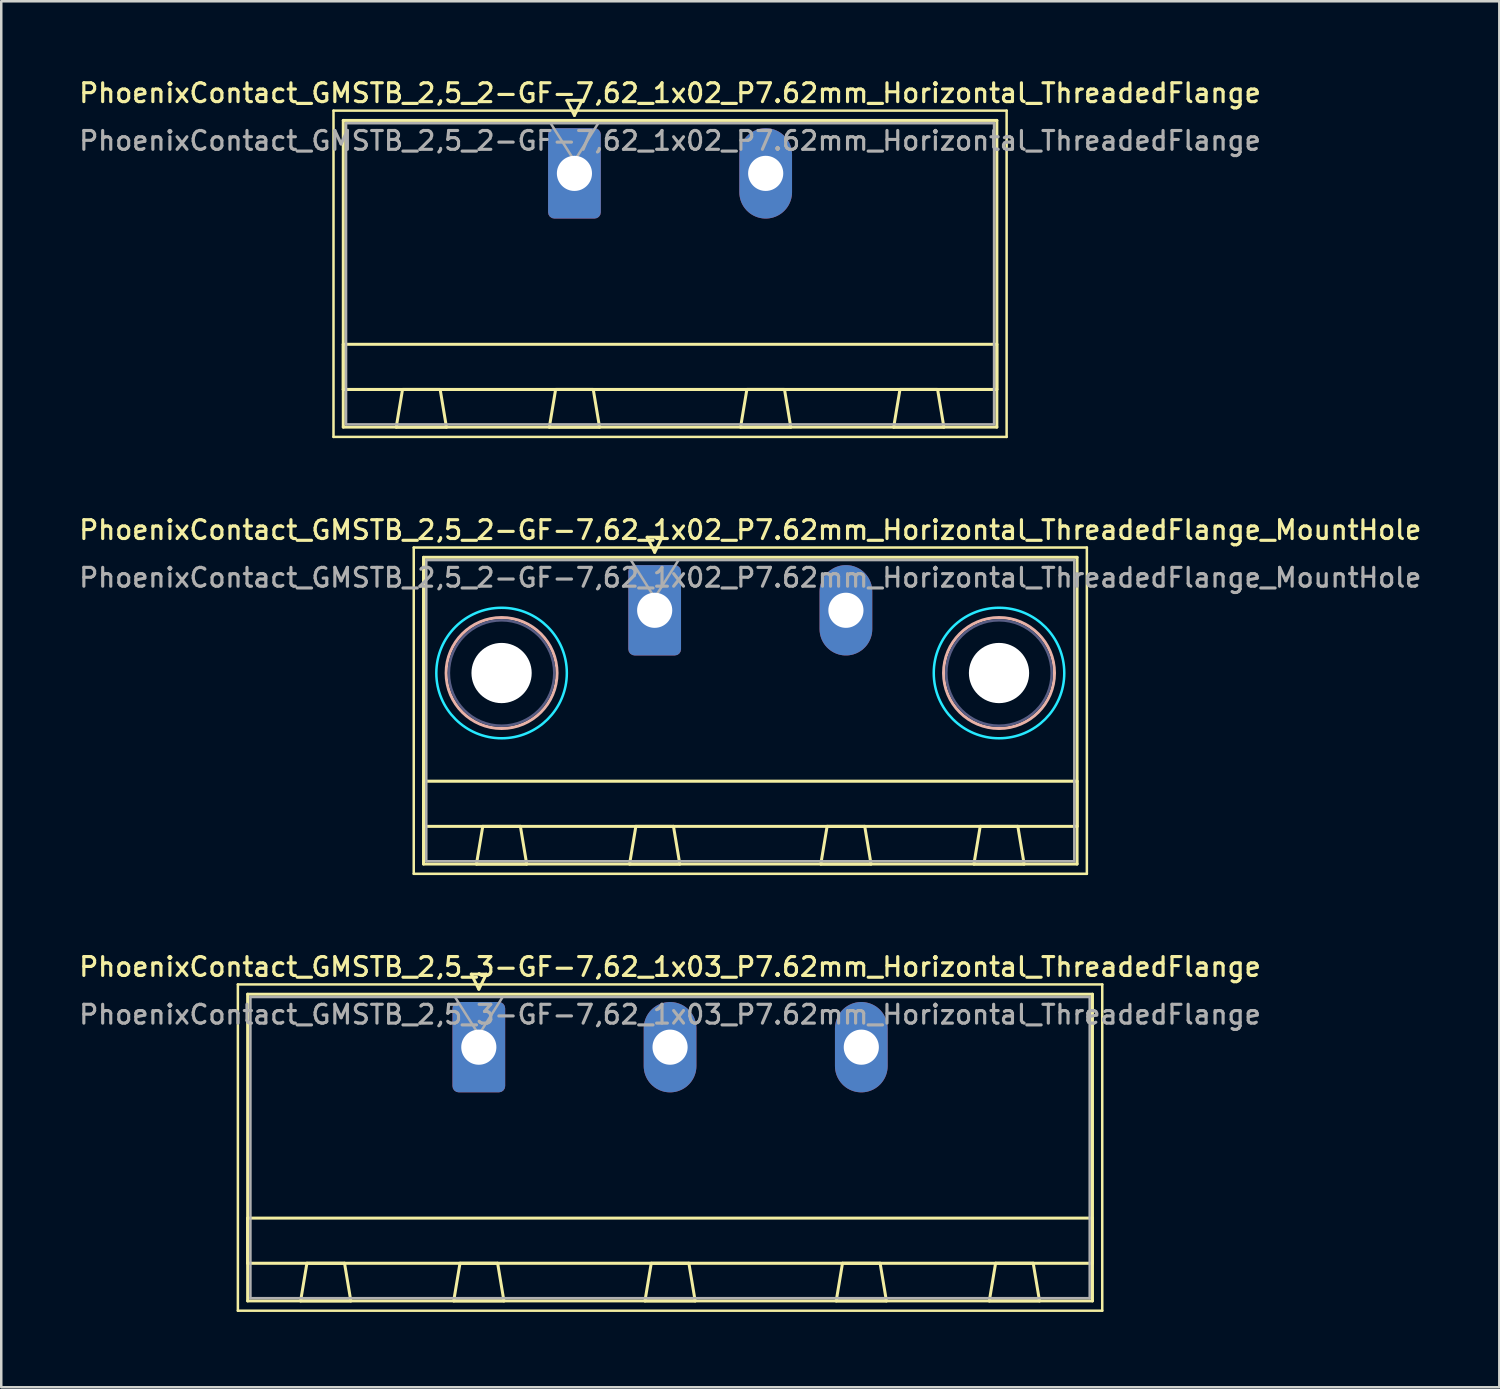
<source format=kicad_pcb>
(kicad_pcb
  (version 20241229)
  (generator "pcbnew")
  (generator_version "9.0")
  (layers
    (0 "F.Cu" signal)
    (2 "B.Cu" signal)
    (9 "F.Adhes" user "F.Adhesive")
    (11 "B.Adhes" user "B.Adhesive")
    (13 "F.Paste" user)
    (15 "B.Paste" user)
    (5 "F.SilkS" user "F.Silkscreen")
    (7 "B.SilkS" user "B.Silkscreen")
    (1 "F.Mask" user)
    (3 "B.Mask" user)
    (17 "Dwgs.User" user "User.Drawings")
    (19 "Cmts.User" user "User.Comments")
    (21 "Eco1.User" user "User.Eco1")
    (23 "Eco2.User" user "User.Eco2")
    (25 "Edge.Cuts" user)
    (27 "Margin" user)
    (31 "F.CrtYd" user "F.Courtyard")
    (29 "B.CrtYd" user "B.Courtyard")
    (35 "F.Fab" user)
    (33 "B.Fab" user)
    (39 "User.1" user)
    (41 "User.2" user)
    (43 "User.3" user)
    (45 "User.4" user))
  (footprint "PhoenixContact_GMSTB_2,5_2-GF-7,62_1x02_P7.62mm_Horizontal_ThreadedFlange_MountHole"
    (layer "F.Cu")
    (at 23.035 21.266)
    (property "Reference" "PhoenixContact_GMSTB_2,5_2-GF-7,62_1x02_P7.62mm_Horizontal_ThreadedFlange_MountHole" (at 3.81 -3.2 0) (layer "F.SilkS") (effects (font (size 0.75 0.75) (thickness 0.125))))
    (attr through_hole)
    (fp_line (start -9.6 -2.5) (end -9.6 10.5) (stroke (width 0.1) (type solid)) (layer "F.SilkS"))
    (fp_line (start -9.6 10.5) (end 17.22 10.5) (stroke (width 0.1) (type solid)) (layer "F.SilkS"))
    (fp_line (start -9.21 -2.11) (end -9.21 10.11) (stroke (width 0.12) (type solid)) (layer "F.SilkS"))
    (fp_line (start -9.21 6.81) (end 16.83 6.81) (stroke (width 0.12) (type solid)) (layer "F.SilkS"))
    (fp_line (start -9.21 8.61) (end -9.21 6.81) (stroke (width 0.12) (type solid)) (layer "F.SilkS"))
    (fp_line (start -9.21 10.11) (end 16.83 10.11) (stroke (width 0.12) (type solid)) (layer "F.SilkS"))
    (fp_line (start -7.1 10.11) (end -5.1 10.11) (stroke (width 0.12) (type solid)) (layer "F.SilkS"))
    (fp_line (start -6.85 8.61) (end -7.1 10.11) (stroke (width 0.12) (type solid)) (layer "F.SilkS"))
    (fp_line (start -5.35 8.61) (end -6.85 8.61) (stroke (width 0.12) (type solid)) (layer "F.SilkS"))
    (fp_line (start -5.1 10.11) (end -5.35 8.61) (stroke (width 0.12) (type solid)) (layer "F.SilkS"))
    (fp_line (start -1 10.11) (end 1 10.11) (stroke (width 0.12) (type solid)) (layer "F.SilkS"))
    (fp_line (start -0.75 8.61) (end -1 10.11) (stroke (width 0.12) (type solid)) (layer "F.SilkS"))
    (fp_line (start -0.3 -2.91) (end 0.3 -2.91) (stroke (width 0.12) (type solid)) (layer "F.SilkS"))
    (fp_line (start 0 -2.31) (end -0.3 -2.91) (stroke (width 0.12) (type solid)) (layer "F.SilkS"))
    (fp_line (start 0.3 -2.91) (end 0 -2.31) (stroke (width 0.12) (type solid)) (layer "F.SilkS"))
    (fp_line (start 0.75 8.61) (end -0.75 8.61) (stroke (width 0.12) (type solid)) (layer "F.SilkS"))
    (fp_line (start 1 10.11) (end 0.75 8.61) (stroke (width 0.12) (type solid)) (layer "F.SilkS"))
    (fp_line (start 6.62 10.11) (end 8.62 10.11) (stroke (width 0.12) (type solid)) (layer "F.SilkS"))
    (fp_line (start 6.87 8.61) (end 6.62 10.11) (stroke (width 0.12) (type solid)) (layer "F.SilkS"))
    (fp_line (start 8.37 8.61) (end 6.87 8.61) (stroke (width 0.12) (type solid)) (layer "F.SilkS"))
    (fp_line (start 8.62 10.11) (end 8.37 8.61) (stroke (width 0.12) (type solid)) (layer "F.SilkS"))
    (fp_line (start 12.72 10.11) (end 14.72 10.11) (stroke (width 0.12) (type solid)) (layer "F.SilkS"))
    (fp_line (start 12.97 8.61) (end 12.72 10.11) (stroke (width 0.12) (type solid)) (layer "F.SilkS"))
    (fp_line (start 14.47 8.61) (end 12.97 8.61) (stroke (width 0.12) (type solid)) (layer "F.SilkS"))
    (fp_line (start 14.72 10.11) (end 14.47 8.61) (stroke (width 0.12) (type solid)) (layer "F.SilkS"))
    (fp_line (start 16.83 -2.11) (end -9.21 -2.11) (stroke (width 0.12) (type solid)) (layer "F.SilkS"))
    (fp_line (start 16.83 6.81) (end 16.83 8.61) (stroke (width 0.12) (type solid)) (layer "F.SilkS"))
    (fp_line (start 16.83 8.61) (end -9.21 8.61) (stroke (width 0.12) (type solid)) (layer "F.SilkS"))
    (fp_line (start 16.83 10.11) (end 16.83 -2.11) (stroke (width 0.12) (type solid)) (layer "F.SilkS"))
    (fp_line (start 17.22 -2.5) (end -9.6 -2.5) (stroke (width 0.1) (type solid)) (layer "F.SilkS"))
    (fp_line (start 17.22 10.5) (end 17.22 -2.5) (stroke (width 0.1) (type solid)) (layer "F.SilkS"))
    (fp_circle (center -6.1 2.5) (end -3.89 2.5) (stroke (width 0.12) (type solid)) (fill no) (layer "B.SilkS"))
    (fp_circle (center 13.72 2.5) (end 15.93 2.5) (stroke (width 0.12) (type solid)) (fill no) (layer "B.SilkS"))
    (fp_circle (center -6.1 2.5) (end -3.5 2.5) (stroke (width 0.1) (type solid)) (fill no) (layer "B.CrtYd"))
    (fp_circle (center 13.72 2.5) (end 16.32 2.5) (stroke (width 0.1) (type solid)) (fill no) (layer "B.CrtYd"))
    (fp_circle (center -6.1 2.5) (end -4 2.5) (stroke (width 0.1) (type solid)) (fill no) (layer "B.Fab"))
    (fp_circle (center 13.72 2.5) (end 15.82 2.5) (stroke (width 0.1) (type solid)) (fill no) (layer "B.Fab"))
    (fp_line (start -9.1 -2) (end -9.1 10) (stroke (width 0.1) (type solid)) (layer "F.Fab"))
    (fp_line (start -9.1 10) (end 16.72 10) (stroke (width 0.1) (type solid)) (layer "F.Fab"))
    (fp_line (start 0 -0.5) (end -0.95 -2) (stroke (width 0.1) (type solid)) (layer "F.Fab"))
    (fp_line (start 0.95 -2) (end 0 -0.5) (stroke (width 0.1) (type solid)) (layer "F.Fab"))
    (fp_line (start 16.72 -2) (end -9.1 -2) (stroke (width 0.1) (type solid)) (layer "F.Fab"))
    (fp_line (start 16.72 10) (end 16.72 -2) (stroke (width 0.1) (type solid)) (layer "F.Fab"))
    (fp_text user "${REFERENCE}" (at 3.81 -1.3 0) (layer "F.Fab") (effects (font (size 0.75 0.75) (thickness 0.125))))
    (pad "" np_thru_hole circle (at -6.1 2.5) (size 2.4 2.4) (drill 2.4) (layers "*.Cu" "*.Mask"))
    (pad "" np_thru_hole circle (at 13.72 2.5) (size 2.4 2.4) (drill 2.4) (layers "*.Cu" "*.Mask"))
    (pad "1" thru_hole roundrect (at 0 0) (size 2.1 3.6) (drill 1.4) (layers "*.Cu" "*.Mask") (roundrect_rratio 0.119))
    (pad "2" thru_hole oval (at 7.62 0) (size 2.1 3.6) (drill 1.4) (layers "*.Cu" "*.Mask")))
  (footprint "PhoenixContact_GMSTB_2,5_3-GF-7,62_1x03_P7.62mm_Horizontal_ThreadedFlange"
    (layer "F.Cu")
    (at 16.028 38.674)
    (property "Reference" "PhoenixContact_GMSTB_2,5_3-GF-7,62_1x03_P7.62mm_Horizontal_ThreadedFlange" (at 7.62 -3.2 0) (layer "F.SilkS") (effects (font (size 0.75 0.75) (thickness 0.125))))
    (attr through_hole)
    (fp_line (start -9.6 -2.5) (end -9.6 10.5) (stroke (width 0.1) (type solid)) (layer "F.SilkS"))
    (fp_line (start -9.6 10.5) (end 24.84 10.5) (stroke (width 0.1) (type solid)) (layer "F.SilkS"))
    (fp_line (start -9.21 -2.11) (end -9.21 10.11) (stroke (width 0.12) (type solid)) (layer "F.SilkS"))
    (fp_line (start -9.21 6.81) (end 24.45 6.81) (stroke (width 0.12) (type solid)) (layer "F.SilkS"))
    (fp_line (start -9.21 8.61) (end -9.21 6.81) (stroke (width 0.12) (type solid)) (layer "F.SilkS"))
    (fp_line (start -9.21 10.11) (end 24.45 10.11) (stroke (width 0.12) (type solid)) (layer "F.SilkS"))
    (fp_line (start -7.1 10.11) (end -5.1 10.11) (stroke (width 0.12) (type solid)) (layer "F.SilkS"))
    (fp_line (start -6.85 8.61) (end -7.1 10.11) (stroke (width 0.12) (type solid)) (layer "F.SilkS"))
    (fp_line (start -5.35 8.61) (end -6.85 8.61) (stroke (width 0.12) (type solid)) (layer "F.SilkS"))
    (fp_line (start -5.1 10.11) (end -5.35 8.61) (stroke (width 0.12) (type solid)) (layer "F.SilkS"))
    (fp_line (start -1 10.11) (end 1 10.11) (stroke (width 0.12) (type solid)) (layer "F.SilkS"))
    (fp_line (start -0.75 8.61) (end -1 10.11) (stroke (width 0.12) (type solid)) (layer "F.SilkS"))
    (fp_line (start -0.3 -2.91) (end 0.3 -2.91) (stroke (width 0.12) (type solid)) (layer "F.SilkS"))
    (fp_line (start 0 -2.31) (end -0.3 -2.91) (stroke (width 0.12) (type solid)) (layer "F.SilkS"))
    (fp_line (start 0.3 -2.91) (end 0 -2.31) (stroke (width 0.12) (type solid)) (layer "F.SilkS"))
    (fp_line (start 0.75 8.61) (end -0.75 8.61) (stroke (width 0.12) (type solid)) (layer "F.SilkS"))
    (fp_line (start 1 10.11) (end 0.75 8.61) (stroke (width 0.12) (type solid)) (layer "F.SilkS"))
    (fp_line (start 6.62 10.11) (end 8.62 10.11) (stroke (width 0.12) (type solid)) (layer "F.SilkS"))
    (fp_line (start 6.87 8.61) (end 6.62 10.11) (stroke (width 0.12) (type solid)) (layer "F.SilkS"))
    (fp_line (start 8.37 8.61) (end 6.87 8.61) (stroke (width 0.12) (type solid)) (layer "F.SilkS"))
    (fp_line (start 8.62 10.11) (end 8.37 8.61) (stroke (width 0.12) (type solid)) (layer "F.SilkS"))
    (fp_line (start 14.24 10.11) (end 16.24 10.11) (stroke (width 0.12) (type solid)) (layer "F.SilkS"))
    (fp_line (start 14.49 8.61) (end 14.24 10.11) (stroke (width 0.12) (type solid)) (layer "F.SilkS"))
    (fp_line (start 15.99 8.61) (end 14.49 8.61) (stroke (width 0.12) (type solid)) (layer "F.SilkS"))
    (fp_line (start 16.24 10.11) (end 15.99 8.61) (stroke (width 0.12) (type solid)) (layer "F.SilkS"))
    (fp_line (start 20.34 10.11) (end 22.34 10.11) (stroke (width 0.12) (type solid)) (layer "F.SilkS"))
    (fp_line (start 20.59 8.61) (end 20.34 10.11) (stroke (width 0.12) (type solid)) (layer "F.SilkS"))
    (fp_line (start 22.09 8.61) (end 20.59 8.61) (stroke (width 0.12) (type solid)) (layer "F.SilkS"))
    (fp_line (start 22.34 10.11) (end 22.09 8.61) (stroke (width 0.12) (type solid)) (layer "F.SilkS"))
    (fp_line (start 24.45 -2.11) (end -9.21 -2.11) (stroke (width 0.12) (type solid)) (layer "F.SilkS"))
    (fp_line (start 24.45 6.81) (end 24.45 8.61) (stroke (width 0.12) (type solid)) (layer "F.SilkS"))
    (fp_line (start 24.45 8.61) (end -9.21 8.61) (stroke (width 0.12) (type solid)) (layer "F.SilkS"))
    (fp_line (start 24.45 10.11) (end 24.45 -2.11) (stroke (width 0.12) (type solid)) (layer "F.SilkS"))
    (fp_line (start 24.84 -2.5) (end -9.6 -2.5) (stroke (width 0.1) (type solid)) (layer "F.SilkS"))
    (fp_line (start 24.84 10.5) (end 24.84 -2.5) (stroke (width 0.1) (type solid)) (layer "F.SilkS"))
    (fp_line (start -9.1 -2) (end -9.1 10) (stroke (width 0.1) (type solid)) (layer "F.Fab"))
    (fp_line (start -9.1 10) (end 24.34 10) (stroke (width 0.1) (type solid)) (layer "F.Fab"))
    (fp_line (start 0 -0.5) (end -0.95 -2) (stroke (width 0.1) (type solid)) (layer "F.Fab"))
    (fp_line (start 0.95 -2) (end 0 -0.5) (stroke (width 0.1) (type solid)) (layer "F.Fab"))
    (fp_line (start 24.34 -2) (end -9.1 -2) (stroke (width 0.1) (type solid)) (layer "F.Fab"))
    (fp_line (start 24.34 10) (end 24.34 -2) (stroke (width 0.1) (type solid)) (layer "F.Fab"))
    (fp_text user "${REFERENCE}" (at 7.62 -1.3 0) (layer "F.Fab") (effects (font (size 0.75 0.75) (thickness 0.125))))
    (pad "1" thru_hole roundrect (at 0 0) (size 2.1 3.6) (drill 1.4) (layers "*.Cu" "*.Mask") (roundrect_rratio 0.119))
    (pad "2" thru_hole oval (at 7.62 0) (size 2.1 3.6) (drill 1.4) (layers "*.Cu" "*.Mask"))
    (pad "3" thru_hole oval (at 15.24 0) (size 2.1 3.6) (drill 1.4) (layers "*.Cu" "*.Mask")))
  (footprint "PhoenixContact_GMSTB_2,5_2-GF-7,62_1x02_P7.62mm_Horizontal_ThreadedFlange"
    (layer "F.Cu")
    (at 19.838 3.858)
    (property "Reference" "PhoenixContact_GMSTB_2,5_2-GF-7,62_1x02_P7.62mm_Horizontal_ThreadedFlange" (at 3.81 -3.2 0) (layer "F.SilkS") (effects (font (size 0.75 0.75) (thickness 0.125))))
    (attr through_hole)
    (fp_line (start -9.6 -2.5) (end -9.6 10.5) (stroke (width 0.1) (type solid)) (layer "F.SilkS"))
    (fp_line (start -9.6 10.5) (end 17.22 10.5) (stroke (width 0.1) (type solid)) (layer "F.SilkS"))
    (fp_line (start -9.21 -2.11) (end -9.21 10.11) (stroke (width 0.12) (type solid)) (layer "F.SilkS"))
    (fp_line (start -9.21 6.81) (end 16.83 6.81) (stroke (width 0.12) (type solid)) (layer "F.SilkS"))
    (fp_line (start -9.21 8.61) (end -9.21 6.81) (stroke (width 0.12) (type solid)) (layer "F.SilkS"))
    (fp_line (start -9.21 10.11) (end 16.83 10.11) (stroke (width 0.12) (type solid)) (layer "F.SilkS"))
    (fp_line (start -7.1 10.11) (end -5.1 10.11) (stroke (width 0.12) (type solid)) (layer "F.SilkS"))
    (fp_line (start -6.85 8.61) (end -7.1 10.11) (stroke (width 0.12) (type solid)) (layer "F.SilkS"))
    (fp_line (start -5.35 8.61) (end -6.85 8.61) (stroke (width 0.12) (type solid)) (layer "F.SilkS"))
    (fp_line (start -5.1 10.11) (end -5.35 8.61) (stroke (width 0.12) (type solid)) (layer "F.SilkS"))
    (fp_line (start -1 10.11) (end 1 10.11) (stroke (width 0.12) (type solid)) (layer "F.SilkS"))
    (fp_line (start -0.75 8.61) (end -1 10.11) (stroke (width 0.12) (type solid)) (layer "F.SilkS"))
    (fp_line (start -0.3 -2.91) (end 0.3 -2.91) (stroke (width 0.12) (type solid)) (layer "F.SilkS"))
    (fp_line (start 0 -2.31) (end -0.3 -2.91) (stroke (width 0.12) (type solid)) (layer "F.SilkS"))
    (fp_line (start 0.3 -2.91) (end 0 -2.31) (stroke (width 0.12) (type solid)) (layer "F.SilkS"))
    (fp_line (start 0.75 8.61) (end -0.75 8.61) (stroke (width 0.12) (type solid)) (layer "F.SilkS"))
    (fp_line (start 1 10.11) (end 0.75 8.61) (stroke (width 0.12) (type solid)) (layer "F.SilkS"))
    (fp_line (start 6.62 10.11) (end 8.62 10.11) (stroke (width 0.12) (type solid)) (layer "F.SilkS"))
    (fp_line (start 6.87 8.61) (end 6.62 10.11) (stroke (width 0.12) (type solid)) (layer "F.SilkS"))
    (fp_line (start 8.37 8.61) (end 6.87 8.61) (stroke (width 0.12) (type solid)) (layer "F.SilkS"))
    (fp_line (start 8.62 10.11) (end 8.37 8.61) (stroke (width 0.12) (type solid)) (layer "F.SilkS"))
    (fp_line (start 12.72 10.11) (end 14.72 10.11) (stroke (width 0.12) (type solid)) (layer "F.SilkS"))
    (fp_line (start 12.97 8.61) (end 12.72 10.11) (stroke (width 0.12) (type solid)) (layer "F.SilkS"))
    (fp_line (start 14.47 8.61) (end 12.97 8.61) (stroke (width 0.12) (type solid)) (layer "F.SilkS"))
    (fp_line (start 14.72 10.11) (end 14.47 8.61) (stroke (width 0.12) (type solid)) (layer "F.SilkS"))
    (fp_line (start 16.83 -2.11) (end -9.21 -2.11) (stroke (width 0.12) (type solid)) (layer "F.SilkS"))
    (fp_line (start 16.83 6.81) (end 16.83 8.61) (stroke (width 0.12) (type solid)) (layer "F.SilkS"))
    (fp_line (start 16.83 8.61) (end -9.21 8.61) (stroke (width 0.12) (type solid)) (layer "F.SilkS"))
    (fp_line (start 16.83 10.11) (end 16.83 -2.11) (stroke (width 0.12) (type solid)) (layer "F.SilkS"))
    (fp_line (start 17.22 -2.5) (end -9.6 -2.5) (stroke (width 0.1) (type solid)) (layer "F.SilkS"))
    (fp_line (start 17.22 10.5) (end 17.22 -2.5) (stroke (width 0.1) (type solid)) (layer "F.SilkS"))
    (fp_line (start -9.1 -2) (end -9.1 10) (stroke (width 0.1) (type solid)) (layer "F.Fab"))
    (fp_line (start -9.1 10) (end 16.72 10) (stroke (width 0.1) (type solid)) (layer "F.Fab"))
    (fp_line (start 0 -0.5) (end -0.95 -2) (stroke (width 0.1) (type solid)) (layer "F.Fab"))
    (fp_line (start 0.95 -2) (end 0 -0.5) (stroke (width 0.1) (type solid)) (layer "F.Fab"))
    (fp_line (start 16.72 -2) (end -9.1 -2) (stroke (width 0.1) (type solid)) (layer "F.Fab"))
    (fp_line (start 16.72 10) (end 16.72 -2) (stroke (width 0.1) (type solid)) (layer "F.Fab"))
    (fp_text user "${REFERENCE}" (at 3.81 -1.3 0) (layer "F.Fab") (effects (font (size 0.75 0.75) (thickness 0.125))))
    (pad "1" thru_hole roundrect (at 0 0) (size 2.1 3.6) (drill 1.4) (layers "*.Cu" "*.Mask") (roundrect_rratio 0.119))
    (pad "2" thru_hole oval (at 7.62 0) (size 2.1 3.6) (drill 1.4) (layers "*.Cu" "*.Mask")))
  (gr_rect
    (start -3 -3)
    (end 56.689 52.224)
    (stroke (width 0.1) (type default))
    (fill no)
    (layer "Edge.Cuts")))
</source>
